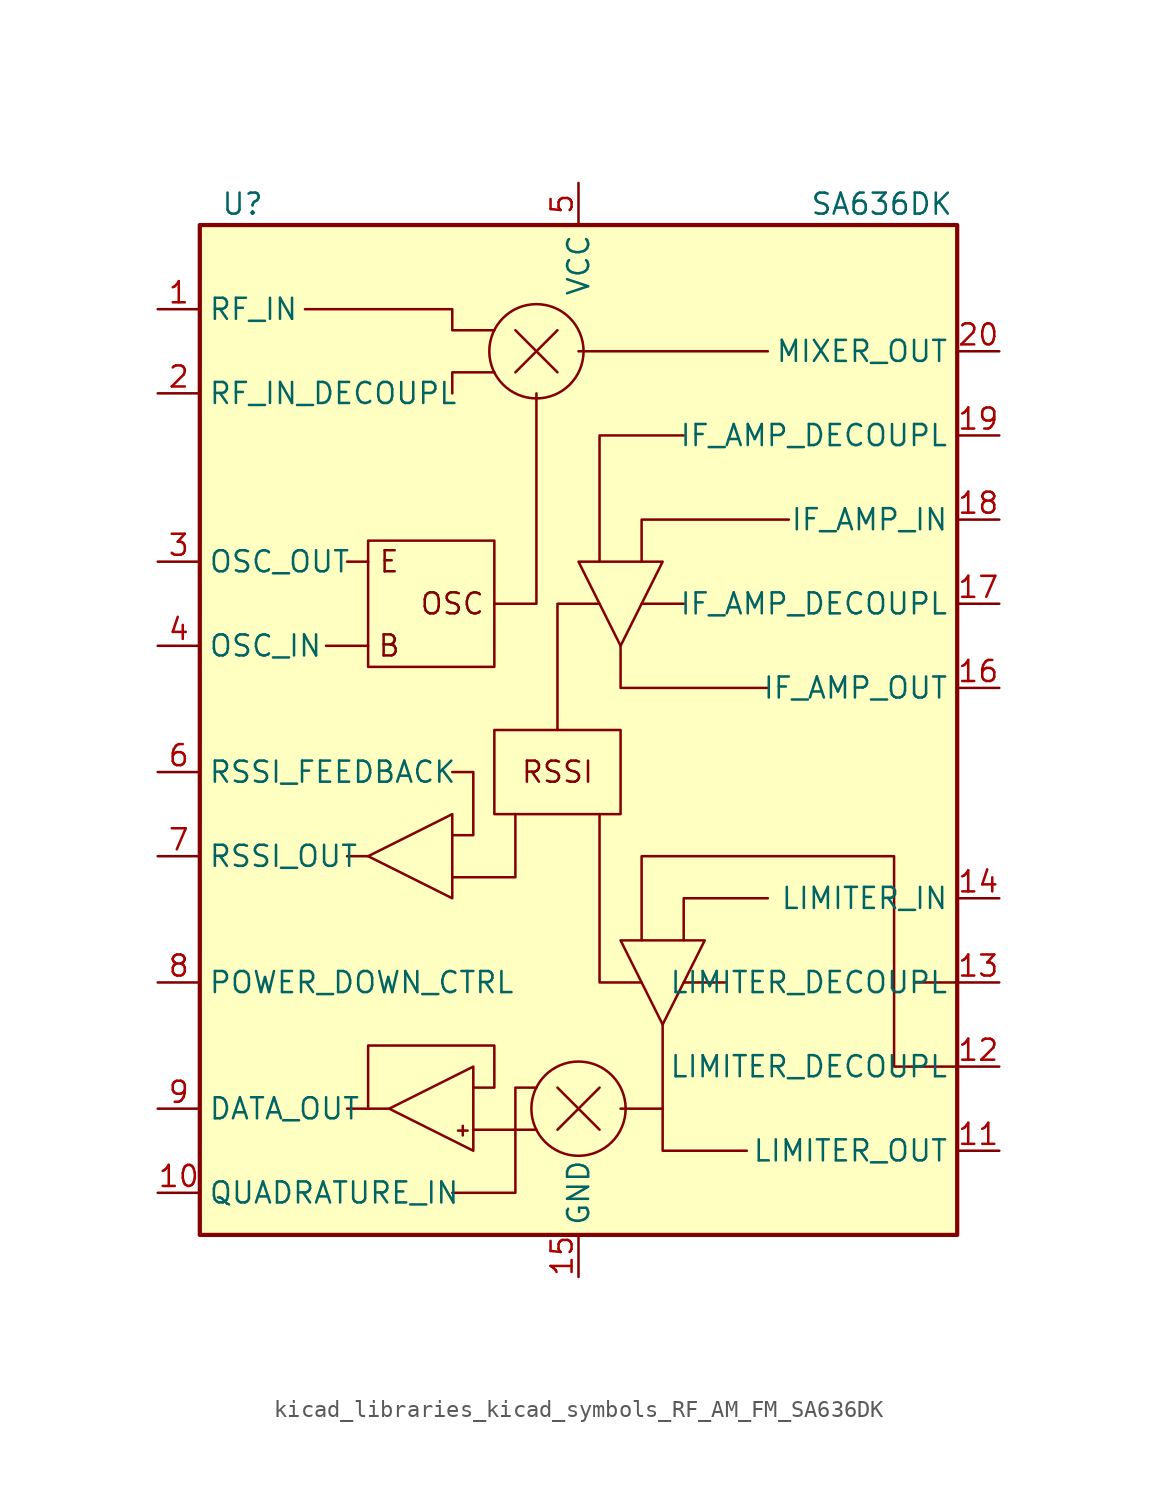
<source format=kicad_sym>
(kicad_symbol_lib
  (version 20220914)
  (generator kicad_symbol_editor)
  (symbol "kicad_libraries_kicad_symbols_RF_AM_FM_SA636DK"
    (property "Reference" "U"
      (at -21.59 31.75 0)
      (effects (font (size 1.27 1.27)) (justify left)))
    (property "Value" "SA636DK"
      (at 13.97 31.75 0)
      (effects (font (size 1.27 1.27)) (justify left)))
    (symbol "kicad_libraries_kicad_symbols_RF_AM_FM_SA636DK_0_0"
      (rectangle (start -12.7 11.43) (end -5.08 3.81) (stroke (width 0) (type default)) (fill (type none)))
      (rectangle (start -5.08 0) (end 2.54 -5.08) (stroke (width 0) (type default)) (fill (type none)))
      (polyline (pts (xy -15.24 5.08) (xy -12.7 5.08)) (stroke (width 0) (type default)) (fill (type none)))
      (polyline (pts (xy -13.97 -22.86) (xy -12.7 -22.86)) (stroke (width 0) (type default)) (fill (type none)))
      (polyline (pts (xy -13.97 -7.62) (xy -12.7 -7.62)) (stroke (width 0) (type default)) (fill (type none)))
      (polyline (pts (xy -13.97 10.16) (xy -12.7 10.16)) (stroke (width 0) (type default)) (fill (type none)))
      (polyline (pts (xy -11.43 -22.86) (xy -12.7 -22.86)) (stroke (width 0) (type default)) (fill (type none)))
      (polyline (pts (xy -6.35 -24.13) (xy -2.54 -24.13)) (stroke (width 0) (type default)) (fill (type none)))
      (polyline (pts (xy -7.62 -8.89) (xy -3.81 -8.89) (xy -3.81 -5.08)) (stroke (width 0) (type default)) (fill (type none)))
      (polyline (pts (xy -1.27 0) (xy -1.27 7.62) (xy 1.27 7.62)) (stroke (width 0) (type default)) (fill (type none)))
      (polyline (pts (xy 2.54 5.08) (xy 2.54 2.54) (xy 11.43 2.54)) (stroke (width 0) (type default)) (fill (type none)))
      (polyline (pts (xy 5.08 -17.78) (xy 5.08 -25.4) (xy 10.16 -25.4)) (stroke (width 0) (type default)) (fill (type none)))
      (polyline (pts (xy 0 10.16) (xy 5.08 10.16) (xy 2.54 5.08) (xy 0 10.16)) (stroke (width 0) (type default)) (fill (type none)))
      (polyline (pts (xy 2.54 -12.7) (xy 7.62 -12.7) (xy 5.08 -17.78) (xy 2.54 -12.7)) (stroke (width 0) (type default)) (fill (type none)))
      (polyline (pts (xy 22.86 -20.32) (xy 19.05 -20.32) (xy 19.05 -7.62) (xy 3.81 -7.62) (xy 3.81 -12.7)) (stroke (width 0) (type default)) (fill (type none)))
      (text "+" (at -6.985 -24.13 0) (effects (font (size 0.762 0.762))))
      (text "B" (at -11.43 5.08 0) (effects (font (size 1.27 1.27))))
      (text "E" (at -11.43 10.16 0) (effects (font (size 1.27 1.27))))
      (text "OSC" (at -7.62 7.62 0) (effects (font (size 1.27 1.27))))
      (text "RSSI" (at -1.27 -2.54 0) (effects (font (size 1.27 1.27)))))
    (symbol "kicad_libraries_kicad_symbols_RF_AM_FM_SA636DK_0_1"
      (rectangle (start -22.86 30.48) (end 22.86 -30.48) (stroke (width 0.254) (type default)) (fill (type background)))
      (circle (center -2.54 22.86) (radius 2.845) (stroke (width 0) (type default)) (fill (type none)))
      (circle (center 0 -22.86) (radius 2.845) (stroke (width 0) (type default)) (fill (type none)))
      (polyline (pts (xy -3.81 21.59) (xy -1.27 24.13)) (stroke (width 0) (type default)) (fill (type none)))
      (polyline (pts (xy -3.81 24.13) (xy -1.27 21.59)) (stroke (width 0) (type default)) (fill (type none)))
      (polyline (pts (xy -1.27 -24.13) (xy 1.27 -21.59)) (stroke (width 0) (type default)) (fill (type none)))
      (polyline (pts (xy -1.27 -21.59) (xy 1.27 -24.13)) (stroke (width 0) (type default)) (fill (type none)))
      (polyline (pts (xy 2.54 -22.86) (xy 5.08 -22.86)) (stroke (width 0) (type default)) (fill (type none)))
      (polyline (pts (xy 6.35 -15.24) (xy 8.89 -15.24)) (stroke (width 0) (type default)) (fill (type none)))
      (polyline (pts (xy 6.35 7.62) (xy 3.81 7.62)) (stroke (width 0) (type default)) (fill (type none)))
      (polyline (pts (xy 11.43 22.86) (xy 0 22.86)) (stroke (width 0) (type default)) (fill (type none)))
      (polyline (pts (xy 22.86 -15.24) (xy 20.32 -15.24)) (stroke (width 0) (type default)) (fill (type none)))
      (polyline (pts (xy -7.62 20.32) (xy -7.62 21.59) (xy -5.08 21.59)) (stroke (width 0) (type default)) (fill (type none)))
      (polyline (pts (xy -2.54 20.32) (xy -2.54 7.62) (xy -5.08 7.62)) (stroke (width 0) (type default)) (fill (type none)))
      (polyline (pts (xy 1.27 -5.08) (xy 1.27 -15.24) (xy 3.81 -15.24)) (stroke (width 0) (type default)) (fill (type none)))
      (polyline (pts (xy 6.35 17.78) (xy 1.27 17.78) (xy 1.27 10.16)) (stroke (width 0) (type default)) (fill (type none)))
      (polyline (pts (xy 11.43 -10.16) (xy 6.35 -10.16) (xy 6.35 -12.7)) (stroke (width 0) (type default)) (fill (type none)))
      (polyline (pts (xy 12.7 12.7) (xy 3.81 12.7) (xy 3.81 10.16)) (stroke (width 0) (type default)) (fill (type none)))
      (polyline (pts (xy -16.51 25.4) (xy -7.62 25.4) (xy -7.62 24.13) (xy -5.08 24.13)) (stroke (width 0) (type default)) (fill (type none)))
      (polyline (pts (xy -7.62 -27.94) (xy -3.81 -27.94) (xy -3.81 -21.59) (xy -2.54 -21.59)) (stroke (width 0) (type default)) (fill (type none)))
      (polyline (pts (xy -7.62 -2.54) (xy -6.35 -2.54) (xy -6.35 -6.35) (xy -7.62 -6.35)) (stroke (width 0) (type default)) (fill (type none)))
      (polyline (pts (xy -6.35 -21.59) (xy -5.08 -21.59) (xy -5.08 -19.05) (xy -11.43 -19.05) (xy -12.7 -19.05) (xy -12.7 -22.86)) (stroke (width 0) (type default)) (fill (type none))))
    (symbol "kicad_libraries_kicad_symbols_RF_AM_FM_SA636DK_1_0"
      (polyline (pts (xy -7.62 -5.08) (xy -7.62 -10.16) (xy -12.7 -7.62) (xy -7.62 -5.08)) (stroke (width 0) (type default)) (fill (type none)))
      (polyline (pts (xy -6.35 -20.32) (xy -6.35 -25.4) (xy -11.43 -22.86) (xy -6.35 -20.32)) (stroke (width 0) (type default)) (fill (type none))))
    (symbol "kicad_libraries_kicad_symbols_RF_AM_FM_SA636DK_1_1"
      (pin input line (at -25.4 25.4 0) (length 2.54) (name "RF_IN" (effects (font (size 1.27 1.27)))) (number "1" (effects (font (size 1.27 1.27)))))
      (pin input line (at -25.4 -27.94 0) (length 2.54) (name "QUADRATURE_IN" (effects (font (size 1.27 1.27)))) (number "10" (effects (font (size 1.27 1.27)))))
      (pin output line (at 25.4 -25.4 180) (length 2.54) (name "LIMITER_OUT" (effects (font (size 1.27 1.27)))) (number "11" (effects (font (size 1.27 1.27)))))
      (pin passive line (at 25.4 -20.32 180) (length 2.54) (name "LIMITER_DECOUPL" (effects (font (size 1.27 1.27)))) (number "12" (effects (font (size 1.27 1.27)))))
      (pin passive line (at 25.4 -15.24 180) (length 2.54) (name "LIMITER_DECOUPL" (effects (font (size 1.27 1.27)))) (number "13" (effects (font (size 1.27 1.27)))))
      (pin input line (at 25.4 -10.16 180) (length 2.54) (name "LIMITER_IN" (effects (font (size 1.27 1.27)))) (number "14" (effects (font (size 1.27 1.27)))))
      (pin power_in line (at 0 -33.02 90) (length 2.54) (name "GND" (effects (font (size 1.27 1.27)))) (number "15" (effects (font (size 1.27 1.27)))))
      (pin output line (at 25.4 2.54 180) (length 2.54) (name "IF_AMP_OUT" (effects (font (size 1.27 1.27)))) (number "16" (effects (font (size 1.27 1.27)))))
      (pin passive line (at 25.4 7.62 180) (length 2.54) (name "IF_AMP_DECOUPL" (effects (font (size 1.27 1.27)))) (number "17" (effects (font (size 1.27 1.27)))))
      (pin input line (at 25.4 12.7 180) (length 2.54) (name "IF_AMP_IN" (effects (font (size 1.27 1.27)))) (number "18" (effects (font (size 1.27 1.27)))))
      (pin passive line (at 25.4 17.78 180) (length 2.54) (name "IF_AMP_DECOUPL" (effects (font (size 1.27 1.27)))) (number "19" (effects (font (size 1.27 1.27)))))
      (pin passive line (at -25.4 20.32 0) (length 2.54) (name "RF_IN_DECOUPL" (effects (font (size 1.27 1.27)))) (number "2" (effects (font (size 1.27 1.27)))))
      (pin output line (at 25.4 22.86 180) (length 2.54) (name "MIXER_OUT" (effects (font (size 1.27 1.27)))) (number "20" (effects (font (size 1.27 1.27)))))
      (pin output line (at -25.4 10.16 0) (length 2.54) (name "OSC_OUT" (effects (font (size 1.27 1.27)))) (number "3" (effects (font (size 1.27 1.27)))))
      (pin input line (at -25.4 5.08 0) (length 2.54) (name "OSC_IN" (effects (font (size 1.27 1.27)))) (number "4" (effects (font (size 1.27 1.27)))))
      (pin power_in line (at 0 33.02 270) (length 2.54) (name "VCC" (effects (font (size 1.27 1.27)))) (number "5" (effects (font (size 1.27 1.27)))))
      (pin input line (at -25.4 -2.54 0) (length 2.54) (name "RSSI_FEEDBACK" (effects (font (size 1.27 1.27)))) (number "6" (effects (font (size 1.27 1.27)))))
      (pin output line (at -25.4 -7.62 0) (length 2.54) (name "RSSI_OUT" (effects (font (size 1.27 1.27)))) (number "7" (effects (font (size 1.27 1.27)))))
      (pin input line (at -25.4 -15.24 0) (length 2.54) (name "POWER_DOWN_CTRL" (effects (font (size 1.27 1.27)))) (number "8" (effects (font (size 1.27 1.27)))))
      (pin output line (at -25.4 -22.86 0) (length 2.54) (name "DATA_OUT" (effects (font (size 1.27 1.27)))) (number "9" (effects (font (size 1.27 1.27))))))))
</source>
